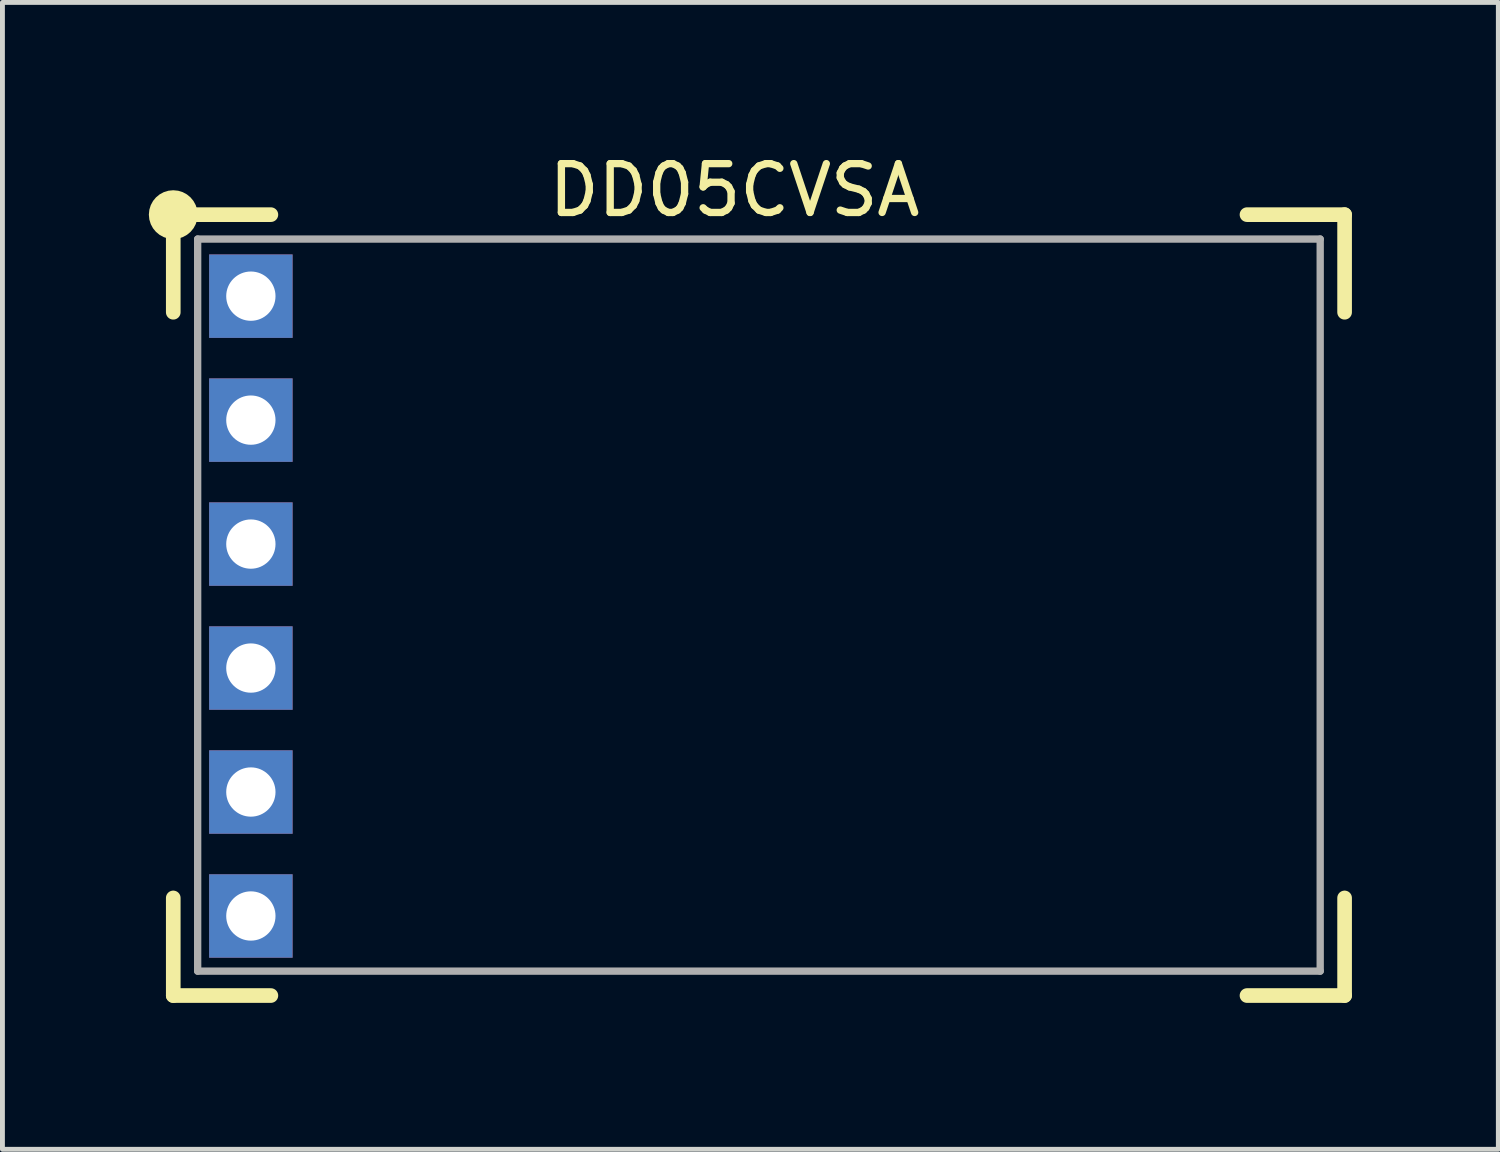
<source format=kicad_pcb>
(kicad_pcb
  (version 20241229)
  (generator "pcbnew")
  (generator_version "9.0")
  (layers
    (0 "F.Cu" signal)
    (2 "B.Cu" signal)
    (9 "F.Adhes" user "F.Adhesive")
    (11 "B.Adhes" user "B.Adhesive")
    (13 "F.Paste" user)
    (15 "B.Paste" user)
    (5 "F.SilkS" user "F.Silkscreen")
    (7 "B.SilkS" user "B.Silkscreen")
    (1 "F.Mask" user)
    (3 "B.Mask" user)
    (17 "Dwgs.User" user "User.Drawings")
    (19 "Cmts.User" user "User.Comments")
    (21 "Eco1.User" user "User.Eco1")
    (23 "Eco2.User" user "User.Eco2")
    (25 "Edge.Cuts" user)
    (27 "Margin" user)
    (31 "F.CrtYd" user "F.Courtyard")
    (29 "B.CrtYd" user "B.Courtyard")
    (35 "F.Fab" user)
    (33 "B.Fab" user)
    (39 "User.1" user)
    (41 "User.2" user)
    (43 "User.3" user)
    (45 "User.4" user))
  (footprint "DD05CVSA"
    (layer "F.Cu")
    (at 12 8.848)
    (property "Reference" "DD05CVSA" (at 0 -8 0) (layer "F.SilkS") (effects (font (size 1 1) (thickness 0.15))))
    (attr through_hole)
    (fp_line (start -11.5 -7.5) (end -9.5 -7.5) (stroke (width 0.3) (type solid)) (layer "F.SilkS"))
    (fp_line (start -11.5 -5.5) (end -11.5 -7.5) (stroke (width 0.3) (type solid)) (layer "F.SilkS"))
    (fp_line (start -11.5 6.5) (end -11.5 8.5) (stroke (width 0.3) (type solid)) (layer "F.SilkS"))
    (fp_line (start -9.5 8.5) (end -11.5 8.5) (stroke (width 0.3) (type solid)) (layer "F.SilkS"))
    (fp_line (start 10.5 -7.5) (end 12.5 -7.5) (stroke (width 0.3) (type solid)) (layer "F.SilkS"))
    (fp_line (start 10.5 8.5) (end 12.5 8.5) (stroke (width 0.3) (type solid)) (layer "F.SilkS"))
    (fp_line (start 12.5 -5.5) (end 12.5 -7.5) (stroke (width 0.3) (type solid)) (layer "F.SilkS"))
    (fp_line (start 12.5 6.5) (end 12.5 8.5) (stroke (width 0.3) (type solid)) (layer "F.SilkS"))
    (fp_circle (center -11.5 -7.5) (end -11.25 -7.5) (stroke (width 0.5) (type solid)) (fill no) (layer "F.SilkS"))
    (fp_line (start -11 -7) (end 12 -7) (stroke (width 0.15) (type solid)) (layer "F.Fab"))
    (fp_line (start -11 8) (end -11 -7) (stroke (width 0.15) (type solid)) (layer "F.Fab"))
    (fp_line (start 12 -7) (end 12 8) (stroke (width 0.15) (type solid)) (layer "F.Fab"))
    (fp_line (start 12 8) (end -11 8) (stroke (width 0.15) (type solid)) (layer "F.Fab"))
    (pad "1" thru_hole rect (at -9.91 -5.83) (size 1.71 1.71) (drill 1.01) (layers "*.Cu" "*.Mask"))
    (pad "2" thru_hole rect (at -9.91 -3.29) (size 1.71 1.71) (drill 1.01) (layers "*.Cu" "*.Mask"))
    (pad "3" thru_hole rect (at -9.91 -0.75) (size 1.71 1.71) (drill 1.01) (layers "*.Cu" "*.Mask"))
    (pad "4" thru_hole rect (at -9.91 1.79) (size 1.71 1.71) (drill 1.01) (layers "*.Cu" "*.Mask"))
    (pad "5" thru_hole rect (at -9.91 4.33) (size 1.71 1.71) (drill 1.01) (layers "*.Cu" "*.Mask"))
    (pad "6" thru_hole rect (at -9.91 6.87) (size 1.71 1.71) (drill 1.01) (layers "*.Cu" "*.Mask")))
  (gr_rect
    (start -3 -3)
    (end 27.65 20.498)
    (stroke (width 0.1) (type default))
    (fill no)
    (layer "Edge.Cuts")))
</source>
